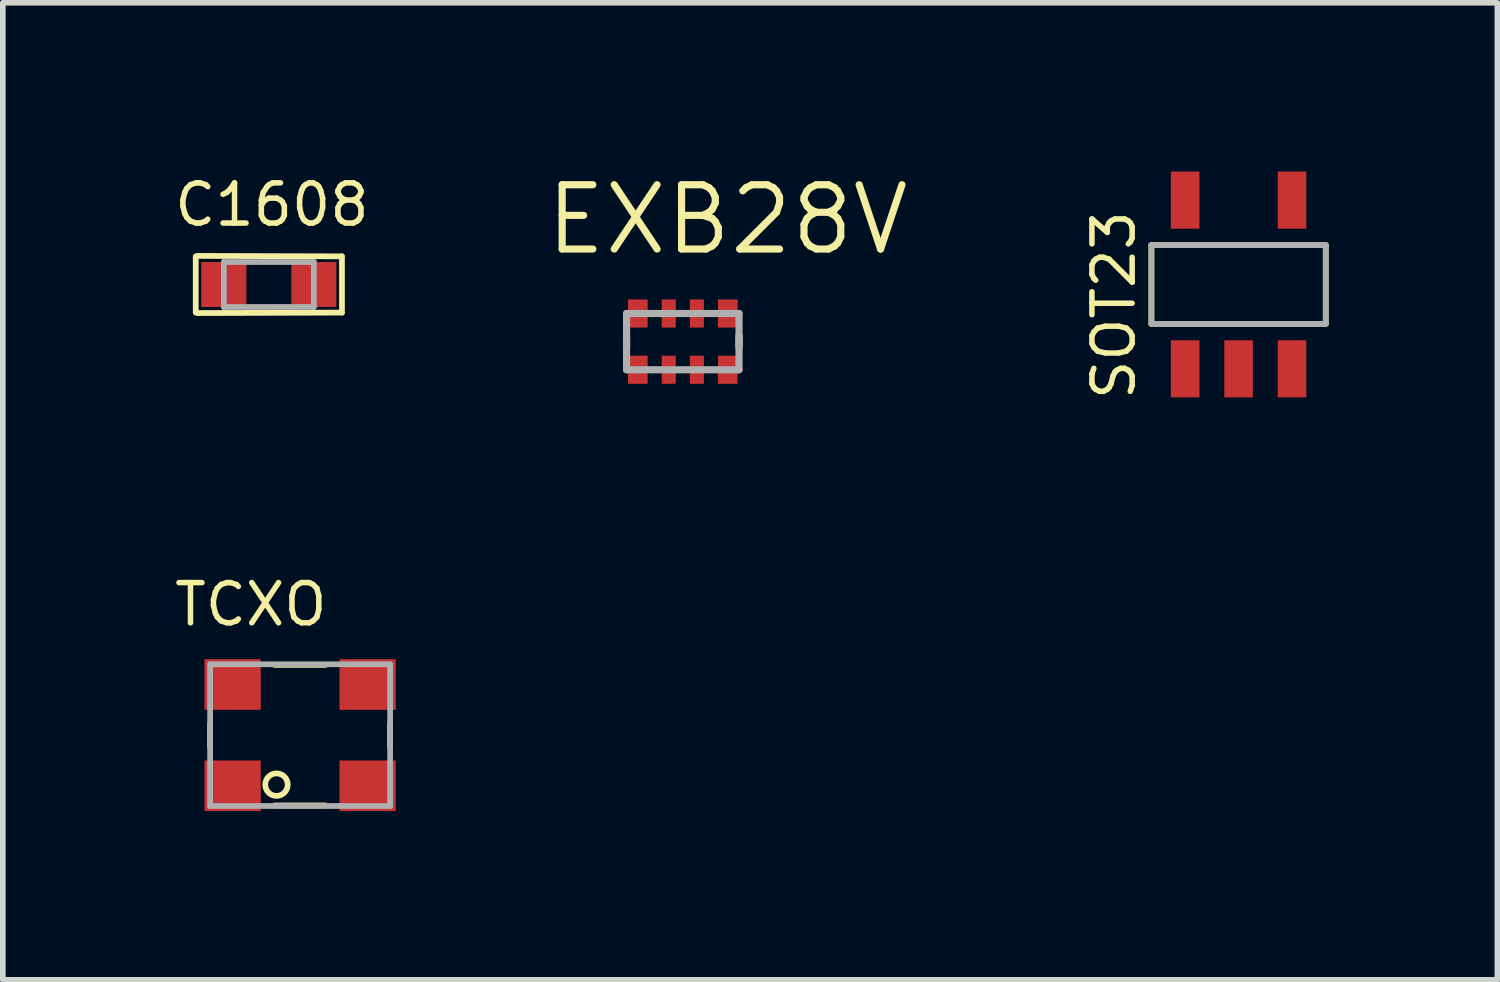
<source format=kicad_pcb>
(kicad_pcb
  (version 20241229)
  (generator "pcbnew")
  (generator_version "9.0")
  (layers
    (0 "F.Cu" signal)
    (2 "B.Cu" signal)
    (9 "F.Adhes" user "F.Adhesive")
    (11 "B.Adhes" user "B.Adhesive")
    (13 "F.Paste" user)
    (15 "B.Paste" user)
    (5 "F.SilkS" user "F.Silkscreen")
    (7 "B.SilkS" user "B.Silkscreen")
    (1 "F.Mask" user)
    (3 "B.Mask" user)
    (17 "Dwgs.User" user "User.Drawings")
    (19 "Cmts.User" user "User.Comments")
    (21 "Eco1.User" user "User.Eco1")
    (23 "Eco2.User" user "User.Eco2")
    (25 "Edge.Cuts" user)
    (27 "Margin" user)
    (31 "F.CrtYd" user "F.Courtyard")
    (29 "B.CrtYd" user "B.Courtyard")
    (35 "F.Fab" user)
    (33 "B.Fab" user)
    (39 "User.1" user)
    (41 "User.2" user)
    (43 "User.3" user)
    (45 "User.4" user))
  (footprint "TCXO"
    (layer "F.Cu")
    (at 2.286 10.021)
    (property "Reference" "TCXO" (at -2.286 -1.905 0) (layer "F.SilkS") (effects (font (size 0.715 0.715) (thickness 0.098)) (justify left bottom)))
    (fp_line (start -1.6 0.2) (end -1.6 -0.2) (stroke (width 0.102) (type solid)) (layer "F.SilkS"))
    (fp_line (start -0.45 -1.25) (end 0.45 -1.25) (stroke (width 0.102) (type solid)) (layer "F.SilkS"))
    (fp_line (start -0.45 1.25) (end 0.45 1.25) (stroke (width 0.102) (type solid)) (layer "F.SilkS"))
    (fp_line (start 1.6 0.2) (end 1.6 -0.2) (stroke (width 0.102) (type solid)) (layer "F.SilkS"))
    (fp_circle (center -0.42 0.88) (end -0.22 0.88) (stroke (width 0.102) (type solid)) (fill no) (layer "F.SilkS"))
    (fp_line (start -1.6 -1.26) (end -1.6 1.26) (stroke (width 0.102) (type solid)) (layer "F.Fab"))
    (fp_line (start -1.6 1.26) (end 1.6 1.26) (stroke (width 0.102) (type solid)) (layer "F.Fab"))
    (fp_line (start 1.6 -1.26) (end -1.6 -1.26) (stroke (width 0.102) (type solid)) (layer "F.Fab"))
    (fp_line (start 1.6 1.26) (end 1.6 -1.26) (stroke (width 0.102) (type solid)) (layer "F.Fab"))
    (pad "1" smd rect (at -1.2 0.9 90) (size 0.9 1) (layers "F.Cu" "F.Mask" "F.Paste"))
    (pad "2" smd rect (at 1.2 0.9 90) (size 0.9 1) (layers "F.Cu" "F.Mask" "F.Paste"))
    (pad "3" smd rect (at 1.2 -0.9 90) (size 0.9 1) (layers "F.Cu" "F.Mask" "F.Paste"))
    (pad "4" smd rect (at -1.2 -0.9 90) (size 0.9 1) (layers "F.Cu" "F.Mask" "F.Paste")))
  (footprint "EXB28V"
    (layer "F.Cu")
    (at 9.09 3.024)
    (property "Reference" "EXB28V" (at -2.5 -1.5 0) (layer "F.SilkS") (effects (font (size 1.143 1.143) (thickness 0.127)) (justify left bottom)))
    (fp_line (start -1 -0.1) (end -1 0.1) (stroke (width 0.127) (type solid)) (layer "F.SilkS"))
    (fp_line (start 1 -0.1) (end 1 0.1) (stroke (width 0.127) (type solid)) (layer "F.SilkS"))
    (fp_line (start -1 -0.5) (end -1 0.5) (stroke (width 0.127) (type solid)) (layer "F.Fab"))
    (fp_line (start -1 -0.5) (end 1 -0.5) (stroke (width 0.127) (type solid)) (layer "F.Fab"))
    (fp_line (start -1 0.5) (end 1 0.5) (stroke (width 0.127) (type solid)) (layer "F.Fab"))
    (fp_line (start 1 0.5) (end 1 -0.5) (stroke (width 0.127) (type solid)) (layer "F.Fab"))
    (pad "1" smd rect (at -0.8 0.5) (size 0.35 0.5) (layers "F.Cu" "F.Mask" "F.Paste"))
    (pad "2" smd rect (at -0.8 -0.5) (size 0.35 0.5) (layers "F.Cu" "F.Mask" "F.Paste"))
    (pad "3" smd rect (at -0.25 0.5) (size 0.25 0.5) (layers "F.Cu" "F.Mask" "F.Paste"))
    (pad "4" smd rect (at -0.25 -0.5) (size 0.25 0.5) (layers "F.Cu" "F.Mask" "F.Paste"))
    (pad "5" smd rect (at 0.25 0.5) (size 0.25 0.5) (layers "F.Cu" "F.Mask" "F.Paste"))
    (pad "6" smd rect (at 0.25 -0.5) (size 0.25 0.5) (layers "F.Cu" "F.Mask" "F.Paste"))
    (pad "7" smd rect (at 0.8 0.5) (size 0.35 0.5) (layers "F.Cu" "F.Mask" "F.Paste"))
    (pad "8" smd rect (at 0.8 -0.5) (size 0.35 0.5) (layers "F.Cu" "F.Mask" "F.Paste")))
  (footprint "C1608"
    (layer "F.Cu")
    (at 1.73 2.008)
    (property "Reference" "C1608" (at -1.73 -1 0) (layer "F.SilkS") (effects (font (size 0.715 0.715) (thickness 0.098)) (justify left bottom)))
    (fp_line (start -1.3 -0.5) (end -1.3 0.5) (stroke (width 0.102) (type solid)) (layer "F.SilkS"))
    (fp_line (start -1.27 -0.508) (end 1.3 -0.5) (stroke (width 0.102) (type solid)) (layer "F.SilkS"))
    (fp_line (start 1.3 -0.5) (end 1.3 0.5) (stroke (width 0.102) (type solid)) (layer "F.SilkS"))
    (fp_line (start 1.3 0.5) (end -1.27 0.508) (stroke (width 0.102) (type solid)) (layer "F.SilkS"))
    (fp_line (start -0.8 -0.4) (end 0.8 -0.4) (stroke (width 0.102) (type solid)) (layer "F.Fab"))
    (fp_line (start -0.8 0.4) (end -0.8 -0.4) (stroke (width 0.102) (type solid)) (layer "F.Fab"))
    (fp_line (start -0.8 0.4) (end 0.8 0.4) (stroke (width 0.102) (type solid)) (layer "F.Fab"))
    (fp_line (start 0.8 0.4) (end 0.8 -0.4) (stroke (width 0.102) (type solid)) (layer "F.Fab"))
    (pad "1" smd rect (at -0.8 0) (size 0.8 0.8) (layers "F.Cu" "F.Mask" "F.Paste"))
    (pad "2" smd rect (at 0.8 0) (size 0.8 0.8) (layers "F.Cu" "F.Mask" "F.Paste")))
  (footprint "SOT23"
    (layer "F.Cu")
    (at 18.972 2.008)
    (property "Reference" "SOT23" (at -1.8 2.1 90) (layer "F.SilkS") (effects (font (size 0.715 0.715) (thickness 0.098)) (justify left bottom)))
    (fp_line (start -1.55 -0.7) (end 1.55 -0.7) (stroke (width 0.102) (type solid)) (layer "F.SilkS"))
    (fp_line (start -1.55 0.7) (end -1.55 -0.7) (stroke (width 0.102) (type solid)) (layer "F.SilkS"))
    (fp_line (start 1.55 -0.7) (end 1.55 0.7) (stroke (width 0.102) (type solid)) (layer "F.SilkS"))
    (fp_line (start 1.55 0.7) (end -1.55 0.7) (stroke (width 0.102) (type solid)) (layer "F.SilkS"))
    (fp_line (start -1.55 -0.7) (end -1.55 0.7) (stroke (width 0.102) (type solid)) (layer "F.Fab"))
    (fp_line (start -1.55 0.7) (end 1.55 0.7) (stroke (width 0.102) (type solid)) (layer "F.Fab"))
    (fp_line (start 1.55 -0.7) (end -1.55 -0.7) (stroke (width 0.102) (type solid)) (layer "F.Fab"))
    (fp_line (start 1.55 0.7) (end 1.55 -0.7) (stroke (width 0.102) (type solid)) (layer "F.Fab"))
    (pad "1" smd rect (at -0.95 1.5 90) (size 1.016 0.508) (layers "F.Cu" "F.Mask" "F.Paste"))
    (pad "2" smd rect (at 0 1.5 90) (size 1.016 0.508) (layers "F.Cu" "F.Mask" "F.Paste"))
    (pad "3" smd rect (at 0.95 1.5 90) (size 1.016 0.508) (layers "F.Cu" "F.Mask" "F.Paste"))
    (pad "4" smd rect (at 0.95 -1.5 90) (size 1.016 0.508) (layers "F.Cu" "F.Mask" "F.Paste"))
    (pad "5" smd rect (at -0.95 -1.5 90) (size 1.016 0.508) (layers "F.Cu" "F.Mask" "F.Paste")))
  (gr_rect
    (start -3 -3)
    (end 23.573 14.371)
    (stroke (width 0.1) (type default))
    (fill no)
    (layer "Edge.Cuts")))
</source>
